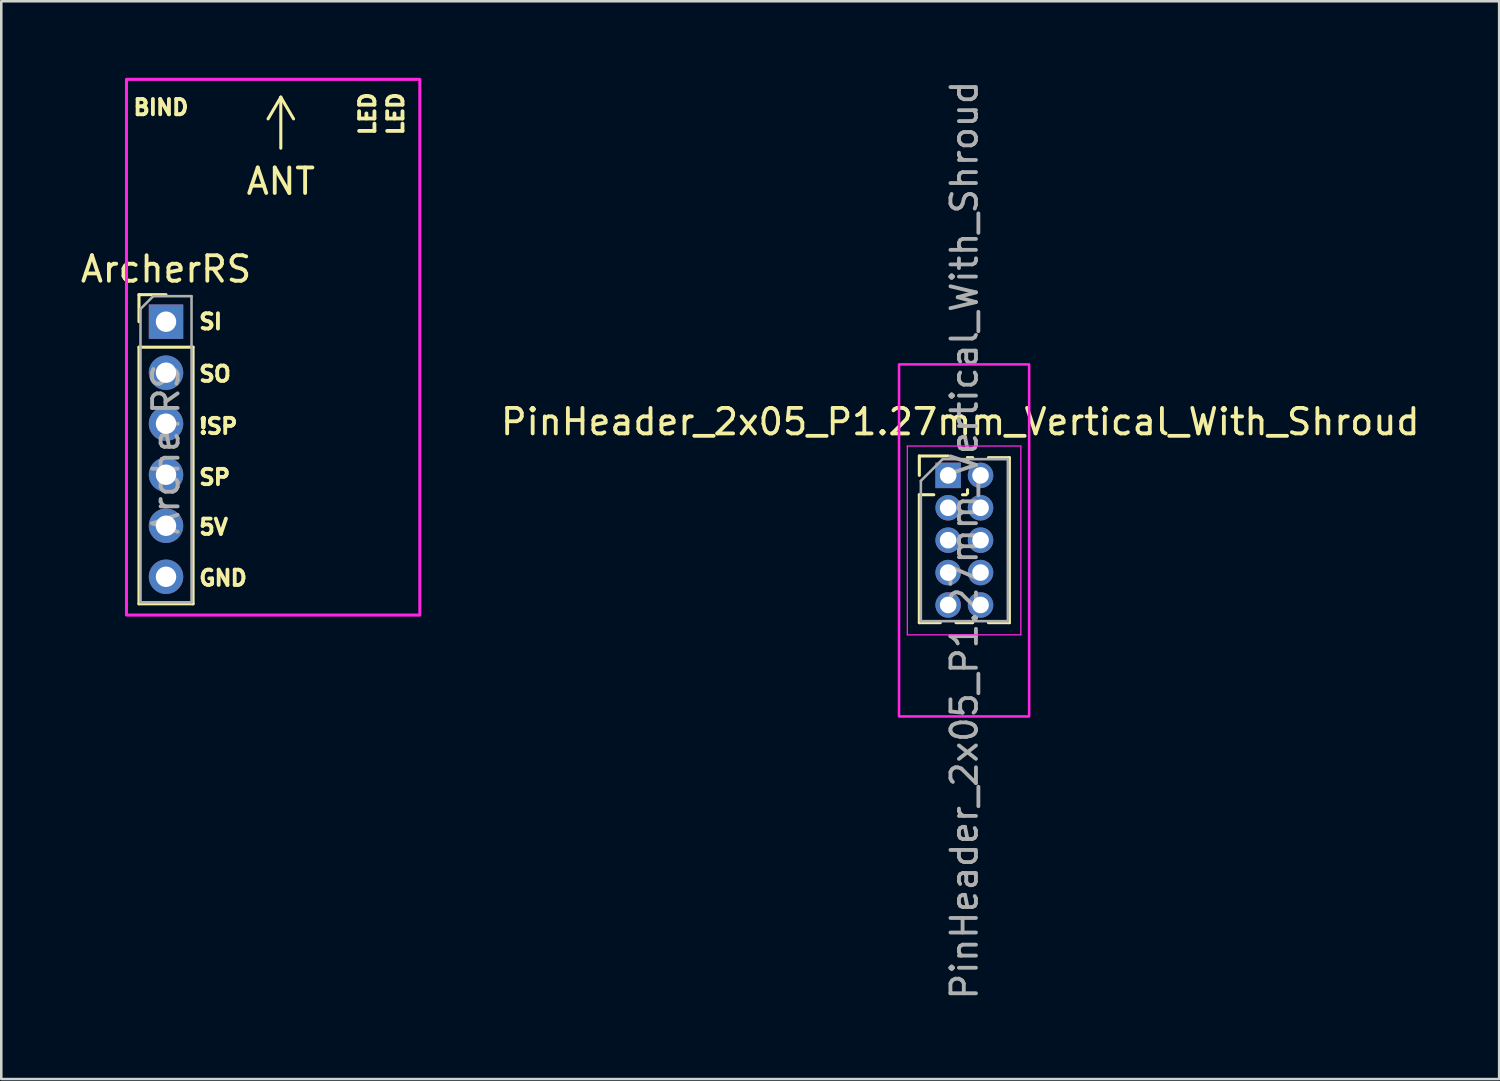
<source format=kicad_pcb>
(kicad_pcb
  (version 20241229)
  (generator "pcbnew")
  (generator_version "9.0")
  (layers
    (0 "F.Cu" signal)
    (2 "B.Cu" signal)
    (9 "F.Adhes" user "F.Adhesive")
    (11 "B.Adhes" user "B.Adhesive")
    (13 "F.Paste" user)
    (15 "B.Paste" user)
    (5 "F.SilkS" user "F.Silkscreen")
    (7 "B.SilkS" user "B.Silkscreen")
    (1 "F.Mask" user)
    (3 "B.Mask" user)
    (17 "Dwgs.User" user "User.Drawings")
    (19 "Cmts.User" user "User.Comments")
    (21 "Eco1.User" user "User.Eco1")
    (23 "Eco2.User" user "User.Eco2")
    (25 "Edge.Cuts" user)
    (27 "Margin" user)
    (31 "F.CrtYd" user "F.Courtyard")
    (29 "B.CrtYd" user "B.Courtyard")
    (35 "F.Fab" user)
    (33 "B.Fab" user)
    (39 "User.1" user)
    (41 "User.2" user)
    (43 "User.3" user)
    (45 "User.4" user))
  (footprint "PinHeader_2x05_P1.27mm_Vertical_With_Shroud"
    (layer "F.Cu")
    (at 34.118 15.585)
    (property "Reference" "PinHeader_2x05_P1.27mm_Vertical_With_Shroud" (at 0.475 -2.1 180) (layer "F.SilkS") (effects (font (size 1 1) (thickness 0.15))))
    (attr through_hole)
    (fp_line (start -1.13 -0.76) (end 0 -0.76) (stroke (width 0.12) (type solid)) (layer "F.SilkS"))
    (fp_line (start -1.13 0) (end -1.13 -0.76) (stroke (width 0.12) (type solid)) (layer "F.SilkS"))
    (fp_line (start -1.13 0.76) (end -1.13 5.775) (stroke (width 0.12) (type solid)) (layer "F.SilkS"))
    (fp_line (start -1.13 0.76) (end -0.563 0.76) (stroke (width 0.12) (type solid)) (layer "F.SilkS"))
    (fp_line (start -1.13 5.775) (end -0.308 5.775) (stroke (width 0.12) (type solid)) (layer "F.SilkS"))
    (fp_line (start 0.308 5.775) (end 0.962 5.775) (stroke (width 0.12) (type solid)) (layer "F.SilkS"))
    (fp_line (start 0.563 0.76) (end 0.707 0.76) (stroke (width 0.12) (type solid)) (layer "F.SilkS"))
    (fp_line (start 0.76 -0.695) (end 0.962 -0.695) (stroke (width 0.12) (type solid)) (layer "F.SilkS"))
    (fp_line (start 0.76 -0.563) (end 0.76 -0.695) (stroke (width 0.12) (type solid)) (layer "F.SilkS"))
    (fp_line (start 0.76 0.707) (end 0.76 0.563) (stroke (width 0.12) (type solid)) (layer "F.SilkS"))
    (fp_line (start 1.578 -0.695) (end 2.4 -0.695) (stroke (width 0.12) (type solid)) (layer "F.SilkS"))
    (fp_line (start 1.578 5.775) (end 2.4 5.775) (stroke (width 0.12) (type solid)) (layer "F.SilkS"))
    (fp_line (start 2.4 -0.695) (end 2.4 5.775) (stroke (width 0.12) (type solid)) (layer "F.SilkS"))
    (fp_line (start -1.6 -1.15) (end -1.6 6.25) (stroke (width 0.05) (type solid)) (layer "F.CrtYd"))
    (fp_line (start -1.6 6.25) (end 2.85 6.25) (stroke (width 0.05) (type solid)) (layer "F.CrtYd"))
    (fp_line (start 2.85 -1.15) (end -1.6 -1.15) (stroke (width 0.05) (type solid)) (layer "F.CrtYd"))
    (fp_line (start 2.85 6.25) (end 2.85 -1.15) (stroke (width 0.05) (type solid)) (layer "F.CrtYd"))
    (fp_rect (start -1.925 -4.35) (end 3.175 9.45) (stroke (width 0.1) (type solid)) (fill no) (layer "F.CrtYd"))
    (fp_line (start -1.07 0.217) (end -0.217 -0.635) (stroke (width 0.1) (type solid)) (layer "F.Fab"))
    (fp_line (start -1.07 5.715) (end -1.07 0.217) (stroke (width 0.1) (type solid)) (layer "F.Fab"))
    (fp_line (start -0.217 -0.635) (end 2.34 -0.635) (stroke (width 0.1) (type solid)) (layer "F.Fab"))
    (fp_line (start 2.34 -0.635) (end 2.34 5.715) (stroke (width 0.1) (type solid)) (layer "F.Fab"))
    (fp_line (start 2.34 5.715) (end -1.07 5.715) (stroke (width 0.1) (type solid)) (layer "F.Fab"))
    (fp_text user "${REFERENCE}" (at 0.635 2.54 90) (layer "F.Fab") (effects (font (size 1 1) (thickness 0.15))))
    (pad "1" thru_hole rect (at 0 0) (size 1 1) (drill 0.65) (layers "*.Cu" "*.Mask"))
    (pad "2" thru_hole oval (at 1.27 0) (size 1 1) (drill 0.65) (layers "*.Cu" "*.Mask"))
    (pad "3" thru_hole oval (at 0 1.27) (size 1 1) (drill 0.65) (layers "*.Cu" "*.Mask") (remove_unused_layers yes) (keep_end_layers yes) (zone_layer_connections))
    (pad "4" thru_hole oval (at 1.27 1.27) (size 1 1) (drill 0.65) (layers "*.Cu" "*.Mask"))
    (pad "5" thru_hole oval (at 0 2.54) (size 1 1) (drill 0.65) (layers "*.Cu" "*.Mask") (remove_unused_layers yes) (keep_end_layers yes) (zone_layer_connections))
    (pad "6" thru_hole oval (at 1.27 2.54) (size 1 1) (drill 0.65) (layers "*.Cu" "*.Mask"))
    (pad "7" thru_hole oval (at 0 3.81) (size 1 1) (drill 0.65) (layers "*.Cu" "*.Mask"))
    (pad "8" thru_hole oval (at 1.27 3.81) (size 1 1) (drill 0.65) (layers "*.Cu" "*.Mask"))
    (pad "9" thru_hole oval (at 0 5.08) (size 1 1) (drill 0.65) (layers "*.Cu" "*.Mask"))
    (pad "10" thru_hole oval (at 1.27 5.08) (size 1 1) (drill 0.65) (layers "*.Cu" "*.Mask")))
  (footprint "ArcherRS"
    (layer "F.Cu")
    (at 3.458 9.56)
    (property "Reference" "ArcherRS" (at 0 -2.06 0) (layer "F.SilkS") (effects (font (size 1 1) (thickness 0.15))))
    (attr through_hole)
    (fp_line (start -1.06 -1.06) (end 0 -1.06) (stroke (width 0.12) (type solid)) (layer "F.SilkS"))
    (fp_line (start -1.06 0) (end -1.06 -1.06) (stroke (width 0.12) (type solid)) (layer "F.SilkS"))
    (fp_line (start -1.06 1) (end -1.06 11.06) (stroke (width 0.12) (type solid)) (layer "F.SilkS"))
    (fp_line (start -1.06 1) (end 1.06 1) (stroke (width 0.12) (type solid)) (layer "F.SilkS"))
    (fp_line (start -1.06 11.06) (end 1.06 11.06) (stroke (width 0.12) (type solid)) (layer "F.SilkS"))
    (fp_line (start 1.06 1) (end 1.06 11.06) (stroke (width 0.12) (type solid)) (layer "F.SilkS"))
    (fp_line (start 4 -7.95) (end 4.5 -8.8) (stroke (width 0.12) (type solid)) (layer "F.SilkS"))
    (fp_line (start 4.5 -8.8) (end 4.5 -6.8) (stroke (width 0.12) (type solid)) (layer "F.SilkS"))
    (fp_line (start 4.5 -8.8) (end 5 -7.95) (stroke (width 0.12) (type solid)) (layer "F.SilkS"))
    (fp_rect (start -1.55 -9.5) (end 9.95 11.5) (stroke (width 0.12) (type solid)) (fill no) (layer "F.CrtYd"))
    (fp_line (start -1 -0.5) (end -0.5 -1) (stroke (width 0.1) (type solid)) (layer "F.Fab"))
    (fp_line (start -1 11) (end -1 -0.5) (stroke (width 0.1) (type solid)) (layer "F.Fab"))
    (fp_line (start -0.5 -1) (end 1 -1) (stroke (width 0.1) (type solid)) (layer "F.Fab"))
    (fp_line (start 1 -1) (end 1 11) (stroke (width 0.1) (type solid)) (layer "F.Fab"))
    (fp_line (start 1 11) (end -1 11) (stroke (width 0.1) (type solid)) (layer "F.Fab"))
    (fp_text user "SO" (at 1.921 2.05 0) (unlocked yes) (layer "F.SilkS") (effects (font (size 0.6 0.6) (thickness 0.15))))
    (fp_text user "LED" (at 9 -8.15 90) (unlocked yes) (layer "F.SilkS") (effects (font (size 0.6 0.6) (thickness 0.15))))
    (fp_text user "!SP" (at 2.05 4.1 0) (unlocked yes) (layer "F.SilkS") (effects (font (size 0.6 0.6) (thickness 0.15))))
    (fp_text user "ANT" (at 4.5 -5.5 0) (unlocked yes) (layer "F.SilkS") (effects (font (size 1 1) (thickness 0.15))))
    (fp_text user "5V" (at 1.864 8.05 0) (unlocked yes) (layer "F.SilkS") (effects (font (size 0.6 0.6) (thickness 0.15))))
    (fp_text user "GND" (at 2.236 10.05 0) (unlocked yes) (layer "F.SilkS") (effects (font (size 0.6 0.6) (thickness 0.15))))
    (fp_text user "SP" (at 1.907 6.1 0) (unlocked yes) (layer "F.SilkS") (effects (font (size 0.6 0.6) (thickness 0.15))))
    (fp_text user "SI" (at 1.75 0 0) (unlocked yes) (layer "F.SilkS") (effects (font (size 0.6 0.6) (thickness 0.15))))
    (fp_text user "LED" (at 7.9 -8.15 90) (unlocked yes) (layer "F.SilkS") (effects (font (size 0.6 0.6) (thickness 0.15))))
    (fp_text user "BIND" (at -0.2 -8.4 0) (unlocked yes) (layer "F.SilkS") (effects (font (size 0.6 0.6) (thickness 0.15))))
    (fp_text user "${REFERENCE}" (at 0 5 270) (layer "F.Fab") (effects (font (size 1 1) (thickness 0.15))))
    (pad "1" thru_hole rect (at 0 0) (size 1.35 1.35) (drill 0.8) (layers "*.Cu" "*.Mask"))
    (pad "2" thru_hole oval (at 0 2) (size 1.35 1.35) (drill 0.8) (layers "*.Cu" "*.Mask"))
    (pad "3" thru_hole oval (at 0 4) (size 1.35 1.35) (drill 0.8) (layers "*.Cu" "*.Mask"))
    (pad "4" thru_hole oval (at 0 6) (size 1.35 1.35) (drill 0.8) (layers "*.Cu" "*.Mask"))
    (pad "5" thru_hole oval (at 0 8) (size 1.35 1.35) (drill 0.8) (layers "*.Cu" "*.Mask"))
    (pad "6" thru_hole oval (at 0 10) (size 1.35 1.35) (drill 0.8) (layers "*.Cu" "*.Mask")))
  (gr_rect
    (start -3 -3)
    (end 55.718 39.25)
    (stroke (width 0.1) (type default))
    (fill no)
    (layer "Edge.Cuts")))
</source>
